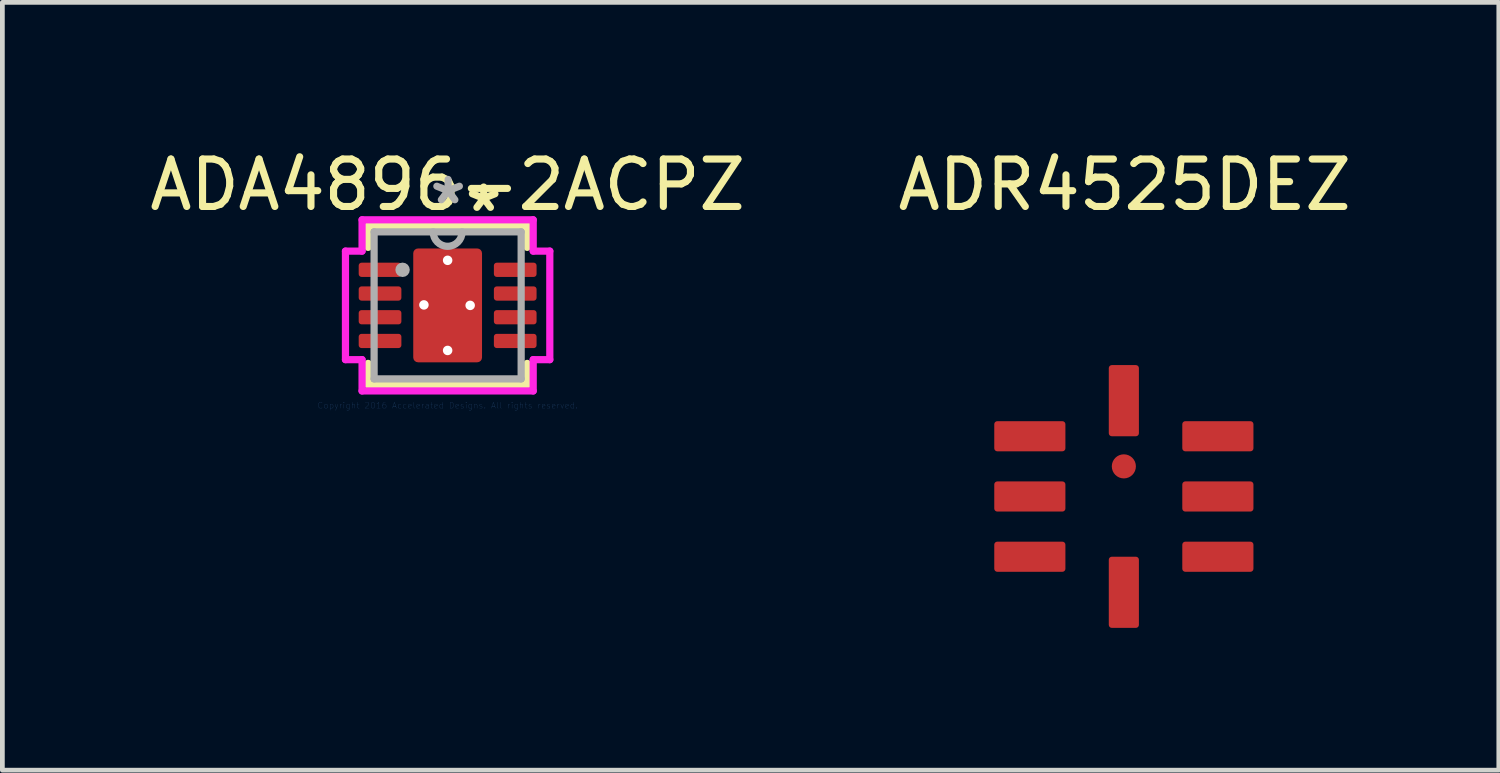
<source format=kicad_pcb>
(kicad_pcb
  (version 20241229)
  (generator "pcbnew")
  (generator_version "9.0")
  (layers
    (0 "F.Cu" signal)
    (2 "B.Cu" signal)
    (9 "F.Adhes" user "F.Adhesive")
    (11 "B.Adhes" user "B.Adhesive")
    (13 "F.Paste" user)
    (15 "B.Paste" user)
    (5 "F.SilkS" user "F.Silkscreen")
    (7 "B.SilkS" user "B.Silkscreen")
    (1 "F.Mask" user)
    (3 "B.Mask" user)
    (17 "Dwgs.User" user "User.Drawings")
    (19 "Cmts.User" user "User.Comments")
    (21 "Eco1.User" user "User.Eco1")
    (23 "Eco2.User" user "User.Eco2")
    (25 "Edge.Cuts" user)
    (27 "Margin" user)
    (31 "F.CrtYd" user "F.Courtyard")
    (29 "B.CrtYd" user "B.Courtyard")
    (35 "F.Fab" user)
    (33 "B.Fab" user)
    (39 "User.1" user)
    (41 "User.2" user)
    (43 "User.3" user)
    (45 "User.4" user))
  (footprint "ADR4525DEZ"
    (layer "F.Cu")
    (at 20.643 7.417)
    (property "Reference" "ADR4525DEZ" (at 0.018 -6.569 0) (layer "F.SilkS") (effects (font (size 1 1) (thickness 0.15))))
    (attr through_hole)
    (pad "" smd circle (at 0 -0.635 90) (size 0.508 0.508) (layers "F.Cu" "F.Mask" "F.Paste"))
    (pad "1" smd roundrect (at -1.982 -1.27) (size 1.5 0.635) (layers "F.Cu" "F.Mask" "F.Paste") (roundrect_rratio 0.1))
    (pad "2" smd roundrect (at -1.982 0) (size 1.5 0.635) (layers "F.Cu" "F.Mask" "F.Paste") (roundrect_rratio 0.1))
    (pad "3" smd roundrect (at -1.982 1.27) (size 1.5 0.635) (layers "F.Cu" "F.Mask" "F.Paste") (roundrect_rratio 0.1))
    (pad "4" smd roundrect (at 0 2.02 90) (size 1.5 0.635) (layers "F.Cu" "F.Mask" "F.Paste") (roundrect_rratio 0.1))
    (pad "5" smd roundrect (at 1.982 1.27) (size 1.5 0.635) (layers "F.Cu" "F.Mask" "F.Paste") (roundrect_rratio 0.1))
    (pad "6" smd roundrect (at 1.982 0) (size 1.5 0.635) (layers "F.Cu" "F.Mask" "F.Paste") (roundrect_rratio 0.1))
    (pad "7" smd roundrect (at 1.982 -1.27) (size 1.5 0.635) (layers "F.Cu" "F.Mask" "F.Paste") (roundrect_rratio 0.1))
    (pad "8" smd roundrect (at 0 -2.02 90) (size 1.5 0.635) (layers "F.Cu" "F.Mask" "F.Paste") (roundrect_rratio 0.1)))
  (footprint "ADA4896-2ACPZ"
    (layer "F.Cu")
    (at 6.387 3.388)
    (property "Reference" "ADA4896-2ACPZ" (at 0 -2.54 0) (layer "F.SilkS") (effects (font (size 1 1) (thickness 0.15))))
    (attr through_hole)
    (fp_line (start -1.677 -1.677) (end -1.677 -1.223) (stroke (width 0.152) (type solid)) (layer "F.SilkS"))
    (fp_line (start -1.677 1.223) (end -1.677 1.677) (stroke (width 0.152) (type solid)) (layer "F.SilkS"))
    (fp_line (start -1.677 1.677) (end 1.677 1.677) (stroke (width 0.152) (type solid)) (layer "F.SilkS"))
    (fp_line (start 1.677 -1.677) (end -1.677 -1.677) (stroke (width 0.152) (type solid)) (layer "F.SilkS"))
    (fp_line (start 1.677 -1.223) (end 1.677 -1.677) (stroke (width 0.152) (type solid)) (layer "F.SilkS"))
    (fp_line (start 1.677 1.677) (end 1.677 1.223) (stroke (width 0.152) (type solid)) (layer "F.SilkS"))
    (fp_line (start -2.154 -1.144) (end -1.804 -1.144) (stroke (width 0.152) (type solid)) (layer "F.CrtYd"))
    (fp_line (start -2.154 1.144) (end -2.154 -1.144) (stroke (width 0.152) (type solid)) (layer "F.CrtYd"))
    (fp_line (start -1.804 -1.804) (end 1.804 -1.804) (stroke (width 0.152) (type solid)) (layer "F.CrtYd"))
    (fp_line (start -1.804 -1.144) (end -1.804 -1.804) (stroke (width 0.152) (type solid)) (layer "F.CrtYd"))
    (fp_line (start -1.804 1.144) (end -2.154 1.144) (stroke (width 0.152) (type solid)) (layer "F.CrtYd"))
    (fp_line (start -1.804 1.804) (end -1.804 1.144) (stroke (width 0.152) (type solid)) (layer "F.CrtYd"))
    (fp_line (start 1.804 -1.804) (end 1.804 -1.144) (stroke (width 0.152) (type solid)) (layer "F.CrtYd"))
    (fp_line (start 1.804 -1.144) (end 2.154 -1.144) (stroke (width 0.152) (type solid)) (layer "F.CrtYd"))
    (fp_line (start 1.804 1.144) (end 1.804 1.804) (stroke (width 0.152) (type solid)) (layer "F.CrtYd"))
    (fp_line (start 1.804 1.804) (end -1.804 1.804) (stroke (width 0.152) (type solid)) (layer "F.CrtYd"))
    (fp_line (start 2.154 -1.144) (end 2.154 1.144) (stroke (width 0.152) (type solid)) (layer "F.CrtYd"))
    (fp_line (start 2.154 1.144) (end 1.804 1.144) (stroke (width 0.152) (type solid)) (layer "F.CrtYd"))
    (fp_line (start -1.55 -1.55) (end -1.55 1.55) (stroke (width 0.152) (type solid)) (layer "F.Fab"))
    (fp_line (start -1.55 1.55) (end 1.55 1.55) (stroke (width 0.152) (type solid)) (layer "F.Fab"))
    (fp_line (start 1.55 -1.55) (end -1.55 -1.55) (stroke (width 0.152) (type solid)) (layer "F.Fab"))
    (fp_line (start 1.55 1.55) (end 1.55 -1.55) (stroke (width 0.152) (type solid)) (layer "F.Fab"))
    (fp_arc (start 0.3048 -1.549999) (mid 0 -1.245199) (end -0.3048 -1.549999) (stroke (width 0.1524) (type solid)) (layer "F.Fab"))
    (fp_circle (center -0.95 -0.75) (end -0.874 -0.75) (stroke (width 0.152) (type solid)) (fill no) (layer "F.Fab"))
    (fp_text user "*" (at 0.76 -1.95 0) (layer "F.SilkS") (effects (font (size 1 1) (thickness 0.15))))
    (fp_text user "Copyright 2016 Accelerated Designs. All rights reserved." (at 0 2.11 0) (layer "Cmts.User") (effects (font (size 0.127 0.127) (thickness 0.002))))
    (fp_text user "*" (at 0.01 -2.11 0) (layer "F.Fab") (effects (font (size 1 1) (thickness 0.15))))
    (pad "" smd roundrect (at -1.425 -0.75) (size 0.85 0.23) (layers "F.Paste") (roundrect_rratio 0.2))
    (pad "" smd roundrect (at -1.425 -0.75) (size 1 0.4) (layers "F.Mask") (roundrect_rratio 0.2))
    (pad "" smd roundrect (at -1.425 -0.25) (size 0.85 0.23) (layers "F.Paste") (roundrect_rratio 0.2))
    (pad "" smd roundrect (at -1.425 -0.25) (size 1 0.4) (layers "F.Mask") (roundrect_rratio 0.2))
    (pad "" smd roundrect (at -1.425 0.25) (size 0.85 0.23) (layers "F.Paste") (roundrect_rratio 0.2))
    (pad "" smd roundrect (at -1.425 0.25) (size 1 0.4) (layers "F.Mask") (roundrect_rratio 0.2))
    (pad "" smd roundrect (at -1.425 0.75) (size 0.85 0.23) (layers "F.Paste") (roundrect_rratio 0.2))
    (pad "" smd roundrect (at -1.425 0.75) (size 1 0.4) (layers "F.Mask") (roundrect_rratio 0.2))
    (pad "" np_thru_hole circle (at -0.5 -0.01) (size 0.2 0.2) (drill 0.2) (layers "*.Cu" "*.Mask"))
    (pad "" np_thru_hole circle (at 0 -0.95) (size 0.2 0.2) (drill 0.2) (layers "*.Cu" "*.Mask"))
    (pad "" smd roundrect (at 0 -0.635 90) (size 1.07 1.47) (layers "F.Paste") (roundrect_rratio 0.07))
    (pad "" smd roundrect (at 0 0.635 90) (size 1.07 1.47) (layers "F.Paste") (roundrect_rratio 0.07))
    (pad "" np_thru_hole circle (at 0 0.95) (size 0.2 0.2) (drill 0.2) (layers "*.Cu" "*.Mask"))
    (pad "" np_thru_hole circle (at 0.475 0) (size 0.2 0.2) (drill 0.2) (layers "*.Cu" "*.Mask"))
    (pad "" smd roundrect (at 1.425 -0.75) (size 0.85 0.23) (layers "F.Paste") (roundrect_rratio 0.2))
    (pad "" smd roundrect (at 1.425 -0.75) (size 1 0.4) (layers "F.Mask") (roundrect_rratio 0.2))
    (pad "" smd roundrect (at 1.425 -0.25) (size 0.85 0.23) (layers "F.Paste") (roundrect_rratio 0.2))
    (pad "" smd roundrect (at 1.425 -0.25) (size 1 0.4) (layers "F.Mask") (roundrect_rratio 0.2))
    (pad "" smd roundrect (at 1.425 0.25) (size 0.85 0.23) (layers "F.Paste") (roundrect_rratio 0.2))
    (pad "" smd roundrect (at 1.425 0.25) (size 1 0.4) (layers "F.Mask") (roundrect_rratio 0.2))
    (pad "" smd roundrect (at 1.425 0.75) (size 0.85 0.23) (layers "F.Paste") (roundrect_rratio 0.2))
    (pad "" smd roundrect (at 1.425 0.75) (size 1 0.4) (layers "F.Mask") (roundrect_rratio 0.2))
    (pad "1" smd roundrect (at -1.425 -0.75) (size 0.9 0.3) (layers "F.Cu") (roundrect_rratio 0.2))
    (pad "2" smd roundrect (at -1.425 -0.25) (size 0.9 0.3) (layers "F.Cu") (roundrect_rratio 0.2))
    (pad "3" smd roundrect (at -1.425 0.25) (size 0.9 0.3) (layers "F.Cu") (roundrect_rratio 0.2))
    (pad "4" smd roundrect (at -1.425 0.75) (size 0.9 0.3) (layers "F.Cu") (roundrect_rratio 0.2))
    (pad "5" smd roundrect (at 1.425 0.75) (size 0.9 0.3) (layers "F.Cu") (roundrect_rratio 0.2))
    (pad "6" smd roundrect (at 1.425 0.25) (size 0.9 0.3) (layers "F.Cu") (roundrect_rratio 0.2))
    (pad "7" smd roundrect (at 1.425 -0.25) (size 0.9 0.3) (layers "F.Cu") (roundrect_rratio 0.2))
    (pad "8" smd roundrect (at 1.425 -0.75) (size 0.9 0.3) (layers "F.Cu") (roundrect_rratio 0.2))
    (pad "9" smd roundrect (at 0 0) (size 1.45 2.4) (layers "F.Cu" "F.Mask") (roundrect_rratio 0.07)))
  (gr_rect
    (start -3 -3)
    (end 28.548 13.187)
    (stroke (width 0.1) (type default))
    (fill no)
    (layer "Edge.Cuts")))
</source>
